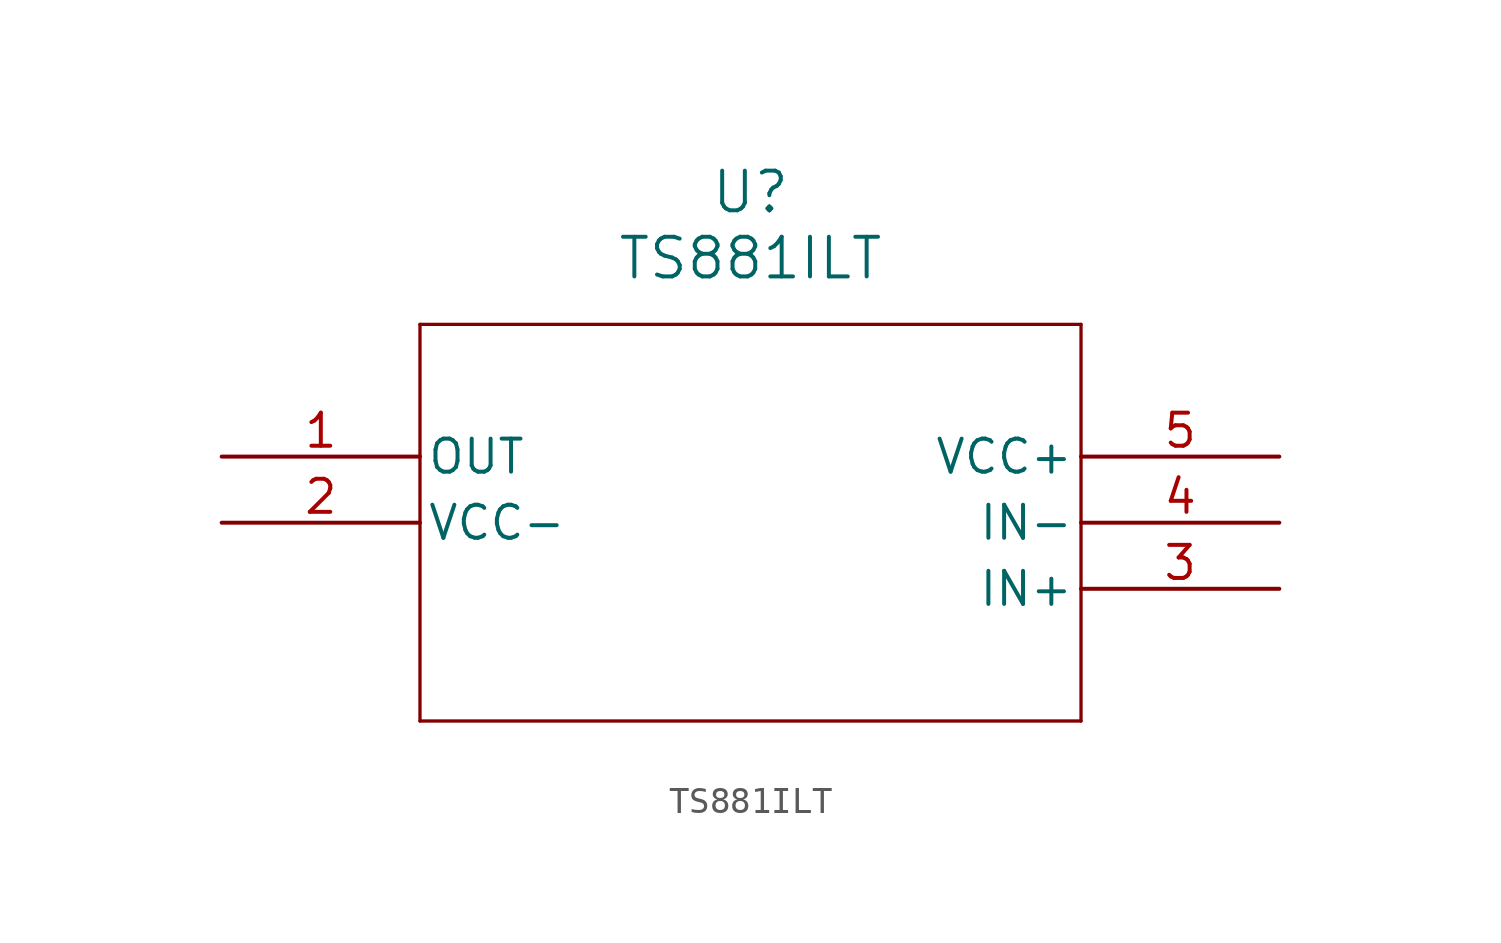
<source format=kicad_sym>
(kicad_symbol_lib
  (version 20211014)
  (generator kicad_symbol_editor)
  (symbol "TS881ILT"
    (pin_names
      (offset 0.254))
    (property "Reference" "U"
      (at 20.32 10.16 0)
      (effects (font (size 1.524 1.524))))
    (property "Value" "TS881ILT"
      (at 20.32 7.62 0)
      (effects (font (size 1.524 1.524))))
    (symbol "TS881ILT_0_1"
      (polyline (pts (xy 7.62 5.08) (xy 7.62 -10.16)) (stroke (width 0.127) (type default) (color 0 0 0 0)) (fill (type none)))
      (polyline (pts (xy 7.62 -10.16) (xy 33.02 -10.16)) (stroke (width 0.127) (type default) (color 0 0 0 0)) (fill (type none)))
      (polyline (pts (xy 33.02 -10.16) (xy 33.02 5.08)) (stroke (width 0.127) (type default) (color 0 0 0 0)) (fill (type none)))
      (polyline (pts (xy 33.02 5.08) (xy 7.62 5.08)) (stroke (width 0.127) (type default) (color 0 0 0 0)) (fill (type none)))
      (pin output line (at 0 0 0) (length 7.62) (name "OUT" (effects (font (size 1.27 1.27)))) (number "1" (effects (font (size 1.27 1.27)))))
      (pin power_in line (at 0 -2.54 0) (length 7.62) (name "VCC-" (effects (font (size 1.27 1.27)))) (number "2" (effects (font (size 1.27 1.27)))))
      (pin input line (at 40.64 -5.08 180) (length 7.62) (name "IN+" (effects (font (size 1.27 1.27)))) (number "3" (effects (font (size 1.27 1.27)))))
      (pin input line (at 40.64 -2.54 180) (length 7.62) (name "IN-" (effects (font (size 1.27 1.27)))) (number "4" (effects (font (size 1.27 1.27)))))
      (pin power_in line (at 40.64 0 180) (length 7.62) (name "VCC+" (effects (font (size 1.27 1.27)))) (number "5" (effects (font (size 1.27 1.27))))))))
</source>
